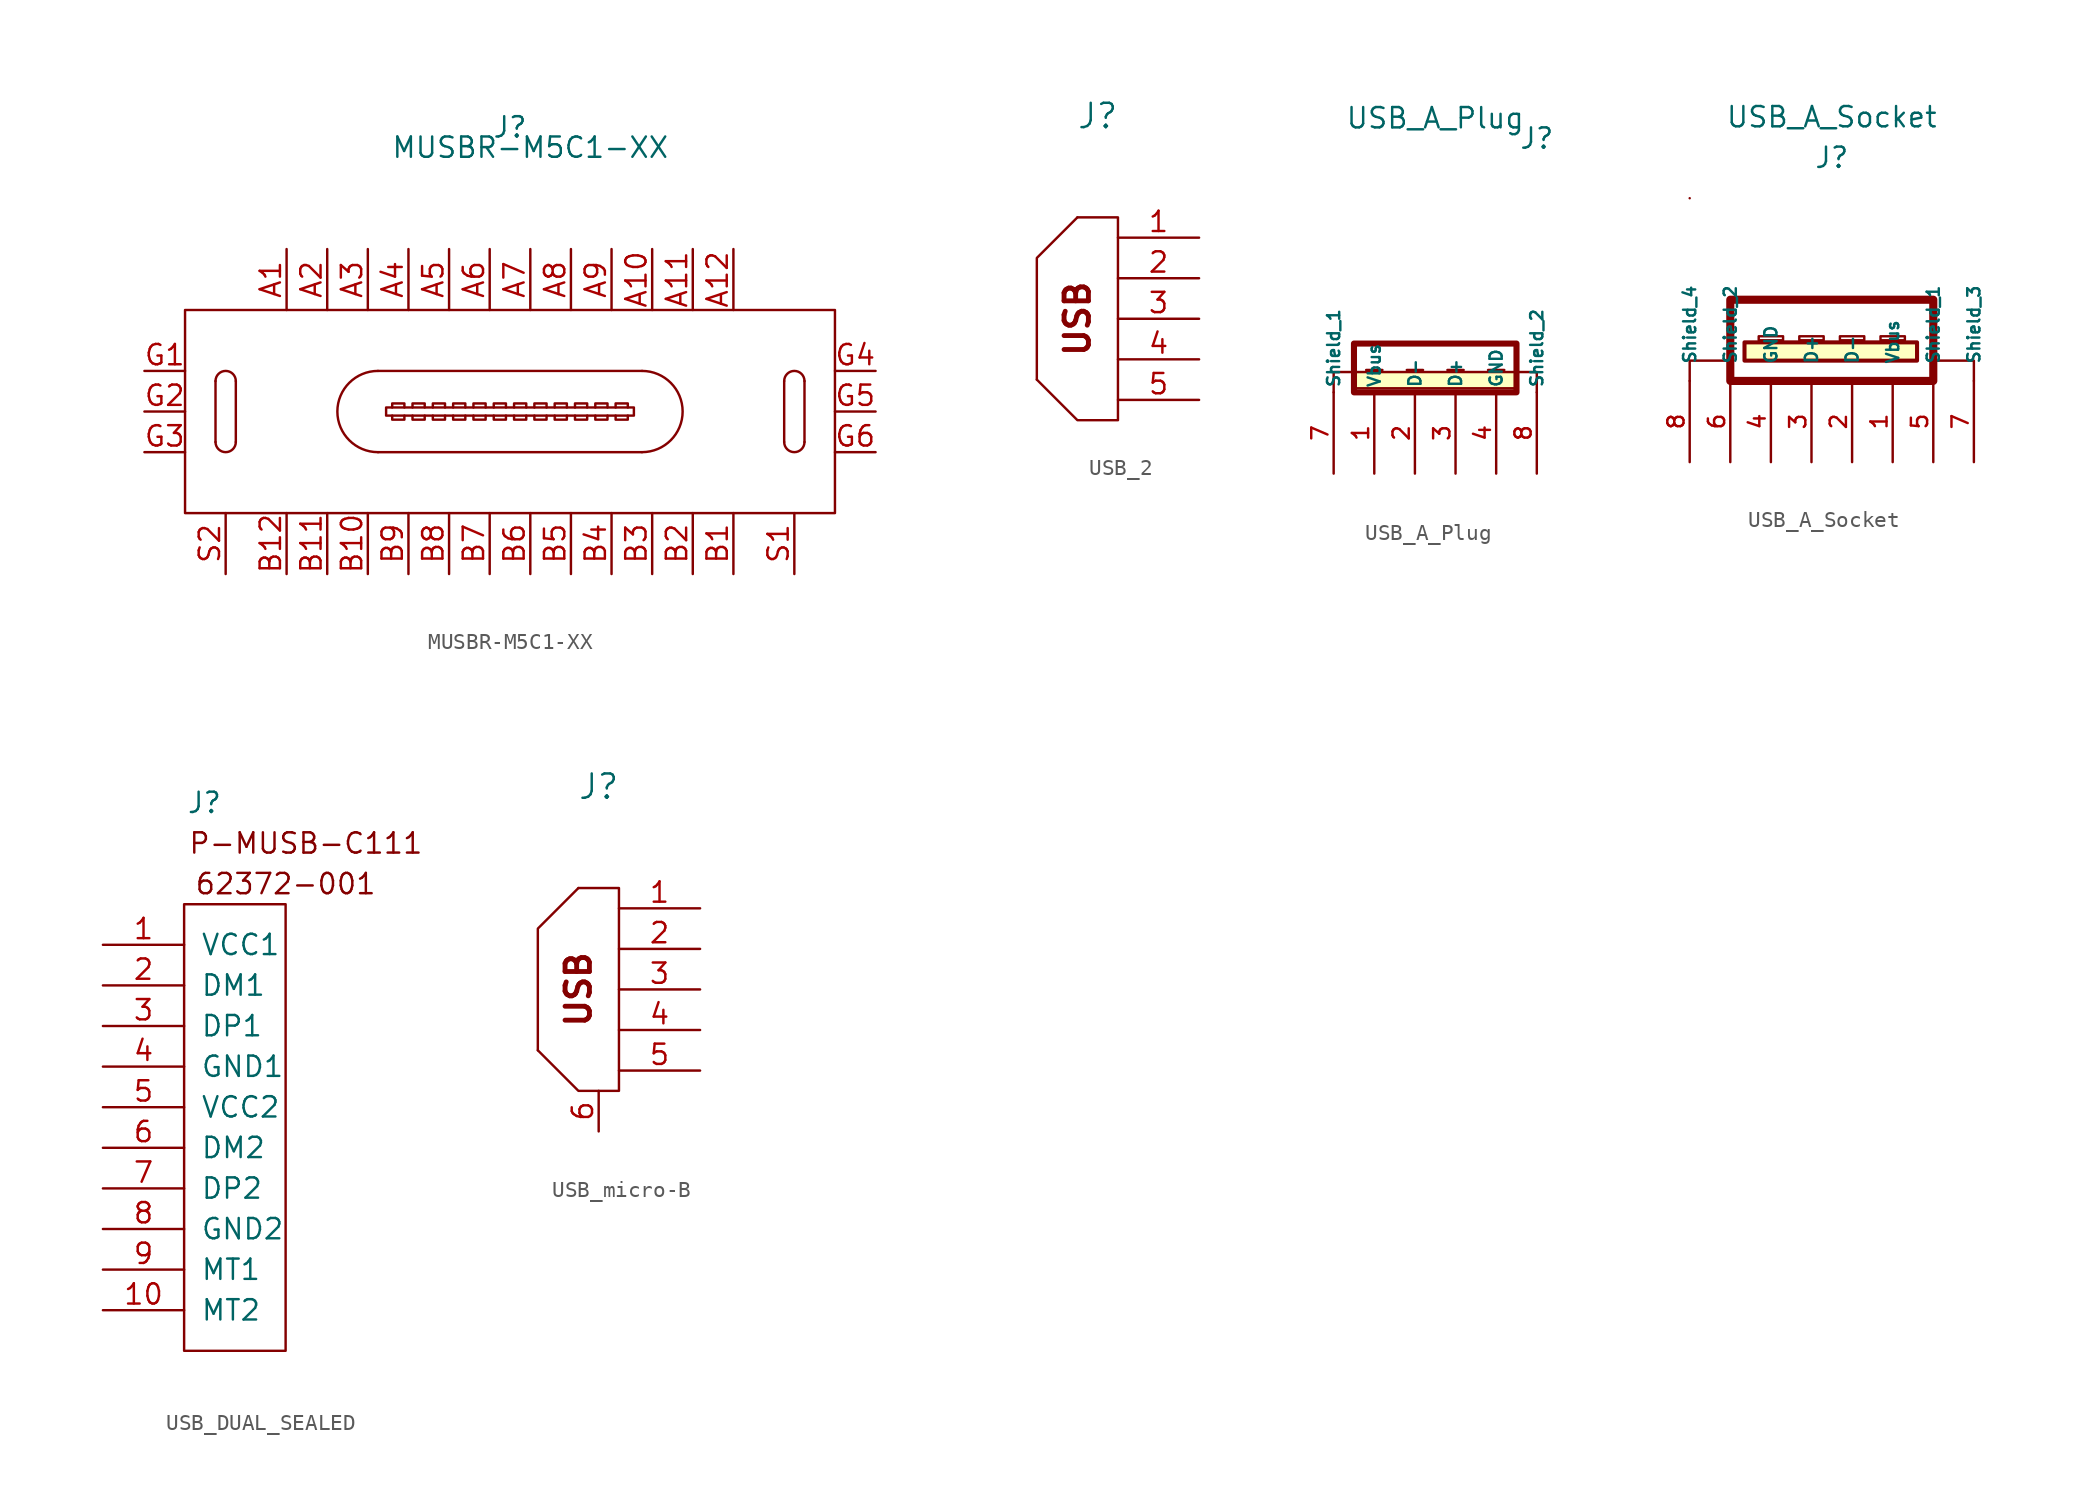
<source format=kicad_sym>
(kicad_symbol_lib
  (version 20231120)
  (generator "kicad_symbol_editor")
  (generator_version "8.0")
  (symbol "MUSBR-M5C1-XX"
    (pin_names
      (offset 1.016) hide)
    (property "Reference" "J"
      (at 0 17.78 0)
      (effects (font (size 1.27 1.27))))
    (property "Value" "MUSBR-M5C1-XX"
      (at 1.27 16.51 0)
      (effects (font (size 1.27 1.27))))
    (symbol "MUSBR-M5C1-XX_0_0"
      (pin input line (at 8.89 10.16 270) (length 3.81) (name "A10" (effects (font (size 1.27 1.27)))) (number "A10" (effects (font (size 1.27 1.27)))))
      (pin input line (at 11.43 10.16 270) (length 3.81) (name "A11" (effects (font (size 1.27 1.27)))) (number "A11" (effects (font (size 1.27 1.27)))))
      (pin input line (at 13.97 10.16 270) (length 3.81) (name "A12" (effects (font (size 1.27 1.27)))) (number "A12" (effects (font (size 1.27 1.27)))))
      (pin input line (at -11.43 10.16 270) (length 3.81) (name "A2" (effects (font (size 1.27 1.27)))) (number "A2" (effects (font (size 1.27 1.27)))))
      (pin input line (at -8.89 10.16 270) (length 3.81) (name "A3" (effects (font (size 1.27 1.27)))) (number "A3" (effects (font (size 1.27 1.27)))))
      (pin input line (at -6.35 10.16 270) (length 3.81) (name "A4" (effects (font (size 1.27 1.27)))) (number "A4" (effects (font (size 1.27 1.27)))))
      (pin input line (at -3.81 10.16 270) (length 3.81) (name "A5" (effects (font (size 1.27 1.27)))) (number "A5" (effects (font (size 1.27 1.27)))))
      (pin input line (at -1.27 10.16 270) (length 3.81) (name "A6" (effects (font (size 1.27 1.27)))) (number "A6" (effects (font (size 1.27 1.27)))))
      (pin input line (at 1.27 10.16 270) (length 3.81) (name "A7" (effects (font (size 1.27 1.27)))) (number "A7" (effects (font (size 1.27 1.27)))))
      (pin input line (at 3.81 10.16 270) (length 3.81) (name "A8" (effects (font (size 1.27 1.27)))) (number "A8" (effects (font (size 1.27 1.27)))))
      (pin input line (at 6.35 10.16 270) (length 3.81) (name "A9" (effects (font (size 1.27 1.27)))) (number "A9" (effects (font (size 1.27 1.27)))))
      (pin input line (at -8.89 -10.16 90) (length 3.81) (name "B10" (effects (font (size 1.27 1.27)))) (number "B10" (effects (font (size 1.27 1.27)))))
      (pin input line (at -11.43 -10.16 90) (length 3.81) (name "B11" (effects (font (size 1.27 1.27)))) (number "B11" (effects (font (size 1.27 1.27)))))
      (pin input line (at -13.97 -10.16 90) (length 3.81) (name "B12" (effects (font (size 1.27 1.27)))) (number "B12" (effects (font (size 1.27 1.27)))))
      (pin input line (at 11.43 -10.16 90) (length 3.81) (name "B2" (effects (font (size 1.27 1.27)))) (number "B2" (effects (font (size 1.27 1.27)))))
      (pin input line (at 8.89 -10.16 90) (length 3.81) (name "B3" (effects (font (size 1.27 1.27)))) (number "B3" (effects (font (size 1.27 1.27)))))
      (pin input line (at 6.35 -10.16 90) (length 3.81) (name "B4" (effects (font (size 1.27 1.27)))) (number "B4" (effects (font (size 1.27 1.27)))))
      (pin input line (at 3.81 -10.16 90) (length 3.81) (name "B5" (effects (font (size 1.27 1.27)))) (number "B5" (effects (font (size 1.27 1.27)))))
      (pin input line (at 1.27 -10.16 90) (length 3.81) (name "B6" (effects (font (size 1.27 1.27)))) (number "B6" (effects (font (size 1.27 1.27)))))
      (pin input line (at -1.27 -10.16 90) (length 3.81) (name "B7" (effects (font (size 1.27 1.27)))) (number "B7" (effects (font (size 1.27 1.27)))))
      (pin input line (at -3.81 -10.16 90) (length 3.81) (name "B8" (effects (font (size 1.27 1.27)))) (number "B8" (effects (font (size 1.27 1.27)))))
      (pin input line (at -6.35 -10.16 90) (length 3.81) (name "B9" (effects (font (size 1.27 1.27)))) (number "B9" (effects (font (size 1.27 1.27))))))
    (symbol "MUSBR-M5C1-XX_0_1"
      (rectangle (start -20.32 6.35) (end 20.32 -6.35) (stroke (width 0) (type default)) (fill (type none)))
      (arc (start -18.415 -1.905) (mid -17.78 -2.5372) (end -17.145 -1.905) (stroke (width 0) (type default)) (fill (type none)))
      (arc (start -17.145 1.905) (mid -17.78 2.5372) (end -18.415 1.905) (stroke (width 0) (type default)) (fill (type none)))
      (arc (start -8.255 2.54) (mid -10.7839 0) (end -8.255 -2.54) (stroke (width 0) (type default)) (fill (type none)))
      (polyline (pts (xy -18.415 -1.905) (xy -18.415 1.905)) (stroke (width 0) (type default)) (fill (type none)))
      (polyline (pts (xy -17.145 1.905) (xy -17.145 -1.905)) (stroke (width 0) (type default)) (fill (type none)))
      (polyline (pts (xy -8.255 2.54) (xy 8.255 2.54)) (stroke (width 0) (type default)) (fill (type none)))
      (polyline (pts (xy 8.255 -2.54) (xy -8.255 -2.54)) (stroke (width 0) (type default)) (fill (type none)))
      (polyline (pts (xy 17.145 -1.905) (xy 17.145 1.905)) (stroke (width 0) (type default)) (fill (type none)))
      (polyline (pts (xy 18.415 1.905) (xy 18.415 -1.905)) (stroke (width 0) (type default)) (fill (type none)))
      (polyline (pts (xy -0.254 0.254) (xy -0.254 0.508) (xy -1.016 0.508) (xy -1.016 0.254)) (stroke (width 0) (type default)) (fill (type none)))
      (polyline (pts (xy -7.747 0.254) (xy 7.747 0.254) (xy 7.747 -0.254) (xy -7.747 -0.254) (xy -7.747 0.254)) (stroke (width 0) (type default)) (fill (type none)))
      (arc (start 17.145 -1.905) (mid 17.78 -2.5372) (end 18.415 -1.905) (stroke (width 0) (type default)) (fill (type none)))
      (arc (start 18.415 1.905) (mid 17.78 2.5372) (end 17.145 1.905) (stroke (width 0) (type default)) (fill (type none))))
    (symbol "MUSBR-M5C1-XX_1_1"
      (polyline (pts (xy -6.604 -0.254) (xy -6.604 -0.508) (xy -7.366 -0.508) (xy -7.366 -0.254)) (stroke (width 0) (type default)) (fill (type none)))
      (polyline (pts (xy -6.604 0.254) (xy -6.604 0.508) (xy -7.366 0.508) (xy -7.366 0.254)) (stroke (width 0) (type default)) (fill (type none)))
      (polyline (pts (xy -5.334 -0.254) (xy -5.334 -0.508) (xy -6.096 -0.508) (xy -6.096 -0.254)) (stroke (width 0) (type default)) (fill (type none)))
      (polyline (pts (xy -5.334 0.254) (xy -5.334 0.508) (xy -6.096 0.508) (xy -6.096 0.254)) (stroke (width 0) (type default)) (fill (type none)))
      (polyline (pts (xy -4.064 -0.254) (xy -4.064 -0.508) (xy -4.826 -0.508) (xy -4.826 -0.254)) (stroke (width 0) (type default)) (fill (type none)))
      (polyline (pts (xy -4.064 0.254) (xy -4.064 0.508) (xy -4.826 0.508) (xy -4.826 0.254)) (stroke (width 0) (type default)) (fill (type none)))
      (polyline (pts (xy -2.794 -0.254) (xy -2.794 -0.508) (xy -3.556 -0.508) (xy -3.556 -0.254)) (stroke (width 0) (type default)) (fill (type none)))
      (polyline (pts (xy -2.794 0.254) (xy -2.794 0.508) (xy -3.556 0.508) (xy -3.556 0.254)) (stroke (width 0) (type default)) (fill (type none)))
      (polyline (pts (xy -1.524 -0.254) (xy -1.524 -0.508) (xy -2.286 -0.508) (xy -2.286 -0.254)) (stroke (width 0) (type default)) (fill (type none)))
      (polyline (pts (xy -1.524 0.254) (xy -1.524 0.508) (xy -2.286 0.508) (xy -2.286 0.254)) (stroke (width 0) (type default)) (fill (type none)))
      (polyline (pts (xy -0.254 -0.254) (xy -0.254 -0.508) (xy -1.016 -0.508) (xy -1.016 -0.254)) (stroke (width 0) (type default)) (fill (type none)))
      (polyline (pts (xy 1.016 -0.254) (xy 1.016 -0.508) (xy 0.254 -0.508) (xy 0.254 -0.254)) (stroke (width 0) (type default)) (fill (type none)))
      (polyline (pts (xy 1.016 0.254) (xy 1.016 0.508) (xy 0.254 0.508) (xy 0.254 0.254)) (stroke (width 0) (type default)) (fill (type none)))
      (polyline (pts (xy 2.286 -0.254) (xy 2.286 -0.508) (xy 1.524 -0.508) (xy 1.524 -0.254)) (stroke (width 0) (type default)) (fill (type none)))
      (polyline (pts (xy 2.286 0.254) (xy 2.286 0.508) (xy 1.524 0.508) (xy 1.524 0.254)) (stroke (width 0) (type default)) (fill (type none)))
      (polyline (pts (xy 3.556 -0.254) (xy 3.556 -0.508) (xy 2.794 -0.508) (xy 2.794 -0.254)) (stroke (width 0) (type default)) (fill (type none)))
      (polyline (pts (xy 3.556 0.254) (xy 3.556 0.508) (xy 2.794 0.508) (xy 2.794 0.254)) (stroke (width 0) (type default)) (fill (type none)))
      (polyline (pts (xy 4.826 -0.254) (xy 4.826 -0.508) (xy 4.064 -0.508) (xy 4.064 -0.254)) (stroke (width 0) (type default)) (fill (type none)))
      (polyline (pts (xy 4.826 0.254) (xy 4.826 0.508) (xy 4.064 0.508) (xy 4.064 0.254)) (stroke (width 0) (type default)) (fill (type none)))
      (polyline (pts (xy 6.096 -0.254) (xy 6.096 -0.508) (xy 5.334 -0.508) (xy 5.334 -0.254)) (stroke (width 0) (type default)) (fill (type none)))
      (polyline (pts (xy 6.096 0.254) (xy 6.096 0.508) (xy 5.334 0.508) (xy 5.334 0.254)) (stroke (width 0) (type default)) (fill (type none)))
      (polyline (pts (xy 7.366 -0.254) (xy 7.366 -0.508) (xy 6.604 -0.508) (xy 6.604 -0.254)) (stroke (width 0) (type default)) (fill (type none)))
      (polyline (pts (xy 7.366 0.254) (xy 7.366 0.508) (xy 6.604 0.508) (xy 6.604 0.254)) (stroke (width 0) (type default)) (fill (type none)))
      (arc (start 8.255 -2.54) (mid 10.7839 0) (end 8.255 2.54) (stroke (width 0) (type default)) (fill (type none)))
      (pin input line (at -13.97 10.16 270) (length 3.81) (name "A1" (effects (font (size 1.27 1.27)))) (number "A1" (effects (font (size 1.27 1.27)))))
      (pin input line (at 13.97 -10.16 90) (length 3.81) (name "B1" (effects (font (size 1.27 1.27)))) (number "B1" (effects (font (size 1.27 1.27)))))
      (pin input line (at -22.86 2.54 0) (length 2.54) (name "G1" (effects (font (size 1.27 1.27)))) (number "G1" (effects (font (size 1.27 1.27)))))
      (pin input line (at -22.86 0 0) (length 2.54) (name "G2" (effects (font (size 1.27 1.27)))) (number "G2" (effects (font (size 1.27 1.27)))))
      (pin input line (at -22.86 -2.54 0) (length 2.54) (name "G3" (effects (font (size 1.27 1.27)))) (number "G3" (effects (font (size 1.27 1.27)))))
      (pin input line (at 22.86 2.54 180) (length 2.54) (name "G4" (effects (font (size 1.27 1.27)))) (number "G4" (effects (font (size 1.27 1.27)))))
      (pin input line (at 22.86 0 180) (length 2.54) (name "G5" (effects (font (size 1.27 1.27)))) (number "G5" (effects (font (size 1.27 1.27)))))
      (pin input line (at 22.86 -2.54 180) (length 2.54) (name "G6" (effects (font (size 1.27 1.27)))) (number "G6" (effects (font (size 1.27 1.27)))))
      (pin input line (at 17.78 -10.16 90) (length 3.81) (name "S1" (effects (font (size 1.27 1.27)))) (number "S1" (effects (font (size 1.27 1.27)))))
      (pin input line (at -17.78 -10.16 90) (length 3.81) (name "S2" (effects (font (size 1.27 1.27)))) (number "S2" (effects (font (size 1.27 1.27)))))))
  (symbol "USB_2"
    (pin_names
      (offset 1.016))
    (property "Reference" "J"
      (at -1.27 11.43 0)
      (effects (font (size 1.524 1.524))))
    (property "Footprint" ""
      (at 0 0 0)
      (effects (font (size 1.524 1.524))))
    (property "Datasheet" ""
      (at 0 0 0)
      (effects (font (size 1.524 1.524))))
    (symbol "USB_2_0_0"
      (polyline (pts (xy -2.54 5.08) (xy 0 5.08) (xy 0 -5.08) (xy 0 -7.62) (xy -2.54 -7.62) (xy -5.08 -5.08)) (stroke (width 0) (type default)) (fill (type none)))
      (text "USB" (at -2.54 -1.27 900) (effects (font (size 1.524 1.524) (bold yes)))))
    (symbol "USB_2_0_1"
      (polyline (pts (xy -2.54 5.08) (xy -5.08 2.54) (xy -5.08 -5.08)) (stroke (width 0) (type default)) (fill (type none))))
    (symbol "USB_2_1_1"
      (pin input line (at 5.08 3.81 180) (length 5.08) (name "~" (effects (font (size 1.27 1.27)))) (number "1" (effects (font (size 1.27 1.27)))))
      (pin input line (at 5.08 1.27 180) (length 5.08) (name "~" (effects (font (size 1.27 1.27)))) (number "2" (effects (font (size 1.27 1.27)))))
      (pin input line (at 5.08 -1.27 180) (length 5.08) (name "~" (effects (font (size 1.27 1.27)))) (number "3" (effects (font (size 1.27 1.27)))))
      (pin input line (at 5.08 -3.81 180) (length 5.08) (name "~" (effects (font (size 1.27 1.27)))) (number "4" (effects (font (size 1.27 1.27)))))
      (pin input line (at 5.08 -6.35 180) (length 5.08) (name "~" (effects (font (size 1.27 1.27)))) (number "5" (effects (font (size 1.27 1.27)))))))
  (symbol "USB_A_Plug"
    (pin_names
      (offset 0.254))
    (property "Reference" "J"
      (at 6.35 15.875 0)
      (effects (font (size 1.27 1.27))))
    (property "Value" "USB_A_Plug"
      (at 0 17.145 0)
      (effects (font (size 1.27 1.27))))
    (symbol "USB_A_Plug_0_1"
      (rectangle (start -5.08 1.27) (end 5.08 0.254) (stroke (width 0) (type default)) (fill (type background)))
      (polyline (pts (xy -4.318 1.397) (xy -3.302 1.397)) (stroke (width 0) (type default)) (fill (type none)))
      (polyline (pts (xy 0.762 1.397) (xy 1.778 1.397)) (stroke (width 0) (type default)) (fill (type none)))
      (polyline (pts (xy 3.302 1.397) (xy 4.318 1.397)) (stroke (width 0) (type default)) (fill (type none)))
      (polyline (pts (xy -6.35 0) (xy -6.35 1.27) (xy -5.08 1.27)) (stroke (width 0) (type default)) (fill (type none)))
      (polyline (pts (xy -1.778 1.397) (xy -0.762 1.397) (xy -0.889 1.397)) (stroke (width 0) (type default)) (fill (type none)))
      (polyline (pts (xy 6.35 0) (xy 6.35 1.27) (xy 5.08 1.27)) (stroke (width 0) (type default)) (fill (type none))))
    (symbol "USB_A_Plug_1_1"
      (polyline (pts (xy -5.08 0) (xy 5.08 0) (xy 5.08 3.048) (xy -5.08 3.048) (xy -5.08 0)) (stroke (width 0.381) (type default)) (fill (type none)))
      (pin power_in line (at -3.81 -5.08 90) (length 5.08) (name "Vbus" (effects (font (size 0.762 0.762)))) (number "1" (effects (font (size 1.016 1.016)))))
      (pin bidirectional line (at -1.27 -5.08 90) (length 5.08) (name "D-" (effects (font (size 0.762 0.762)))) (number "2" (effects (font (size 1.016 1.016)))))
      (pin bidirectional line (at 1.27 -5.08 90) (length 5.08) (name "D+" (effects (font (size 0.762 0.762)))) (number "3" (effects (font (size 1.016 1.016)))))
      (pin power_in line (at 3.81 -5.08 90) (length 5.08) (name "GND" (effects (font (size 0.762 0.762)))) (number "4" (effects (font (size 1.016 1.016)))))
      (pin passive line (at -6.35 -5.08 90) (length 5.08) (name "Shield_1" (effects (font (size 0.762 0.762)))) (number "7" (effects (font (size 1.016 1.016)))))
      (pin passive line (at 6.35 -5.08 90) (length 5.08) (name "Shield_2" (effects (font (size 0.762 0.762)))) (number "8" (effects (font (size 1.016 1.016)))))))
  (symbol "USB_A_Socket"
    (pin_names
      (offset 1.016))
    (property "Reference" "J"
      (at 0 13.97 0)
      (effects (font (size 1.27 1.27))))
    (property "Value" "USB_A_Socket"
      (at 0 16.51 0)
      (effects (font (size 1.27 1.27))))
    (symbol "USB_A_Socket_0_1"
      (rectangle (start -8.89 11.43) (end -8.89 11.43) (stroke (width 0) (type default)) (fill (type none)))
      (rectangle (start -6.35 5.08) (end 6.35 0) (stroke (width 0.508) (type default)) (fill (type none)))
      (rectangle (start -5.461 2.413) (end 5.334 1.27) (stroke (width 0.254) (type default)) (fill (type background)))
      (rectangle (start -4.572 2.54) (end -3.048 2.794) (stroke (width 0) (type default)) (fill (type none)))
      (rectangle (start -2.032 2.794) (end -0.508 2.54) (stroke (width 0) (type default)) (fill (type none)))
      (polyline (pts (xy -8.89 0) (xy -8.89 1.27) (xy -6.35 1.27)) (stroke (width 0) (type default)) (fill (type none)))
      (polyline (pts (xy 8.89 0) (xy 8.89 1.27) (xy 6.35 1.27)) (stroke (width 0) (type default)) (fill (type none)))
      (rectangle (start 0.508 2.794) (end 2.032 2.54) (stroke (width 0) (type default)) (fill (type none)))
      (rectangle (start 3.048 2.54) (end 4.572 2.794) (stroke (width 0) (type default)) (fill (type none))))
    (symbol "USB_A_Socket_1_1"
      (pin power_out line (at 3.81 -5.08 90) (length 5.08) (name "Vbus" (effects (font (size 0.762 0.762)))) (number "1" (effects (font (size 1.016 1.016)))))
      (pin bidirectional line (at 1.27 -5.08 90) (length 5.08) (name "D-" (effects (font (size 0.762 0.762)))) (number "2" (effects (font (size 1.016 1.016)))))
      (pin bidirectional line (at -1.27 -5.08 90) (length 5.08) (name "D+" (effects (font (size 0.762 0.762)))) (number "3" (effects (font (size 1.016 1.016)))))
      (pin power_out line (at -3.81 -5.08 90) (length 5.08) (name "GND" (effects (font (size 0.762 0.762)))) (number "4" (effects (font (size 1.016 1.016)))))
      (pin passive line (at 6.35 -5.08 90) (length 5.08) (name "Shield_1" (effects (font (size 0.762 0.762)))) (number "5" (effects (font (size 1.016 1.016)))))
      (pin passive line (at -6.35 -5.08 90) (length 5.08) (name "Shield_2" (effects (font (size 0.762 0.762)))) (number "6" (effects (font (size 1.016 1.016)))))
      (pin passive line (at 8.89 -5.08 90) (length 5.08) (name "Shield_3" (effects (font (size 0.762 0.762)))) (number "7" (effects (font (size 1.016 1.016)))))
      (pin passive line (at -8.89 -5.08 90) (length 5.08) (name "Shield_4" (effects (font (size 0.762 0.762)))) (number "8" (effects (font (size 1.016 1.016)))))))
  (symbol "USB_DUAL_SEALED"
    (pin_names
      (offset 1.016))
    (property "Reference" "J"
      (at -2.54 19.05 0)
      (effects (font (size 1.27 1.27))))
    (symbol "USB_DUAL_SEALED_0_0"
      (text "P-MUSB-C111" (at 3.81 16.51 0) (effects (font (size 1.27 1.27)))))
    (symbol "USB_DUAL_SEALED_0_1"
      (rectangle (start -3.81 12.7) (end 2.54 -15.24) (stroke (width 0) (type default)) (fill (type none))))
    (symbol "USB_DUAL_SEALED_1_0"
      (text "62372-001" (at 2.54 13.97 0) (effects (font (size 1.27 1.27)))))
    (symbol "USB_DUAL_SEALED_1_1"
      (pin input line (at -8.89 10.16 0) (length 5.08) (name "VCC1" (effects (font (size 1.27 1.27)))) (number "1" (effects (font (size 1.27 1.27)))))
      (pin input line (at -8.89 -12.7 0) (length 5.08) (name "MT2" (effects (font (size 1.27 1.27)))) (number "10" (effects (font (size 1.27 1.27)))))
      (pin input line (at -8.89 7.62 0) (length 5.08) (name "DM1" (effects (font (size 1.27 1.27)))) (number "2" (effects (font (size 1.27 1.27)))))
      (pin input line (at -8.89 5.08 0) (length 5.08) (name "DP1" (effects (font (size 1.27 1.27)))) (number "3" (effects (font (size 1.27 1.27)))))
      (pin input line (at -8.89 2.54 0) (length 5.08) (name "GND1" (effects (font (size 1.27 1.27)))) (number "4" (effects (font (size 1.27 1.27)))))
      (pin input line (at -8.89 0 0) (length 5.08) (name "VCC2" (effects (font (size 1.27 1.27)))) (number "5" (effects (font (size 1.27 1.27)))))
      (pin input line (at -8.89 -2.54 0) (length 5.08) (name "DM2" (effects (font (size 1.27 1.27)))) (number "6" (effects (font (size 1.27 1.27)))))
      (pin input line (at -8.89 -5.08 0) (length 5.08) (name "DP2" (effects (font (size 1.27 1.27)))) (number "7" (effects (font (size 1.27 1.27)))))
      (pin input line (at -8.89 -7.62 0) (length 5.08) (name "GND2" (effects (font (size 1.27 1.27)))) (number "8" (effects (font (size 1.27 1.27)))))
      (pin input line (at -8.89 -10.16 0) (length 5.08) (name "MT1" (effects (font (size 1.27 1.27)))) (number "9" (effects (font (size 1.27 1.27)))))))
  (symbol "USB_micro-B"
    (pin_names
      (offset 1.016))
    (property "Reference" "J"
      (at -1.27 11.43 0)
      (effects (font (size 1.524 1.524))))
    (property "Datasheet" ""
      (at 0 0 0)
      (effects (font (size 1.524 1.524))))
    (symbol "USB_micro-B_0_0"
      (polyline (pts (xy -2.54 5.08) (xy 0 5.08) (xy 0 -5.08) (xy 0 -7.62) (xy -2.54 -7.62) (xy -5.08 -5.08)) (stroke (width 0) (type default)) (fill (type none)))
      (text "USB" (at -2.54 -1.27 900) (effects (font (size 1.524 1.524) (bold yes)))))
    (symbol "USB_micro-B_0_1"
      (polyline (pts (xy -2.54 5.08) (xy -5.08 2.54) (xy -5.08 -5.08)) (stroke (width 0) (type default)) (fill (type none))))
    (symbol "USB_micro-B_1_1"
      (pin input line (at 5.08 3.81 180) (length 5.08) (name "~" (effects (font (size 1.27 1.27)))) (number "1" (effects (font (size 1.27 1.27)))))
      (pin input line (at 5.08 1.27 180) (length 5.08) (name "~" (effects (font (size 1.27 1.27)))) (number "2" (effects (font (size 1.27 1.27)))))
      (pin input line (at 5.08 -1.27 180) (length 5.08) (name "~" (effects (font (size 1.27 1.27)))) (number "3" (effects (font (size 1.27 1.27)))))
      (pin input line (at 5.08 -3.81 180) (length 5.08) (name "~" (effects (font (size 1.27 1.27)))) (number "4" (effects (font (size 1.27 1.27)))))
      (pin input line (at 5.08 -6.35 180) (length 5.08) (name "~" (effects (font (size 1.27 1.27)))) (number "5" (effects (font (size 1.27 1.27)))))
      (pin input line (at -1.27 -10.16 90) (length 2.54) (name "~" (effects (font (size 1.27 1.27)))) (number "6" (effects (font (size 1.27 1.27))))))))
</source>
